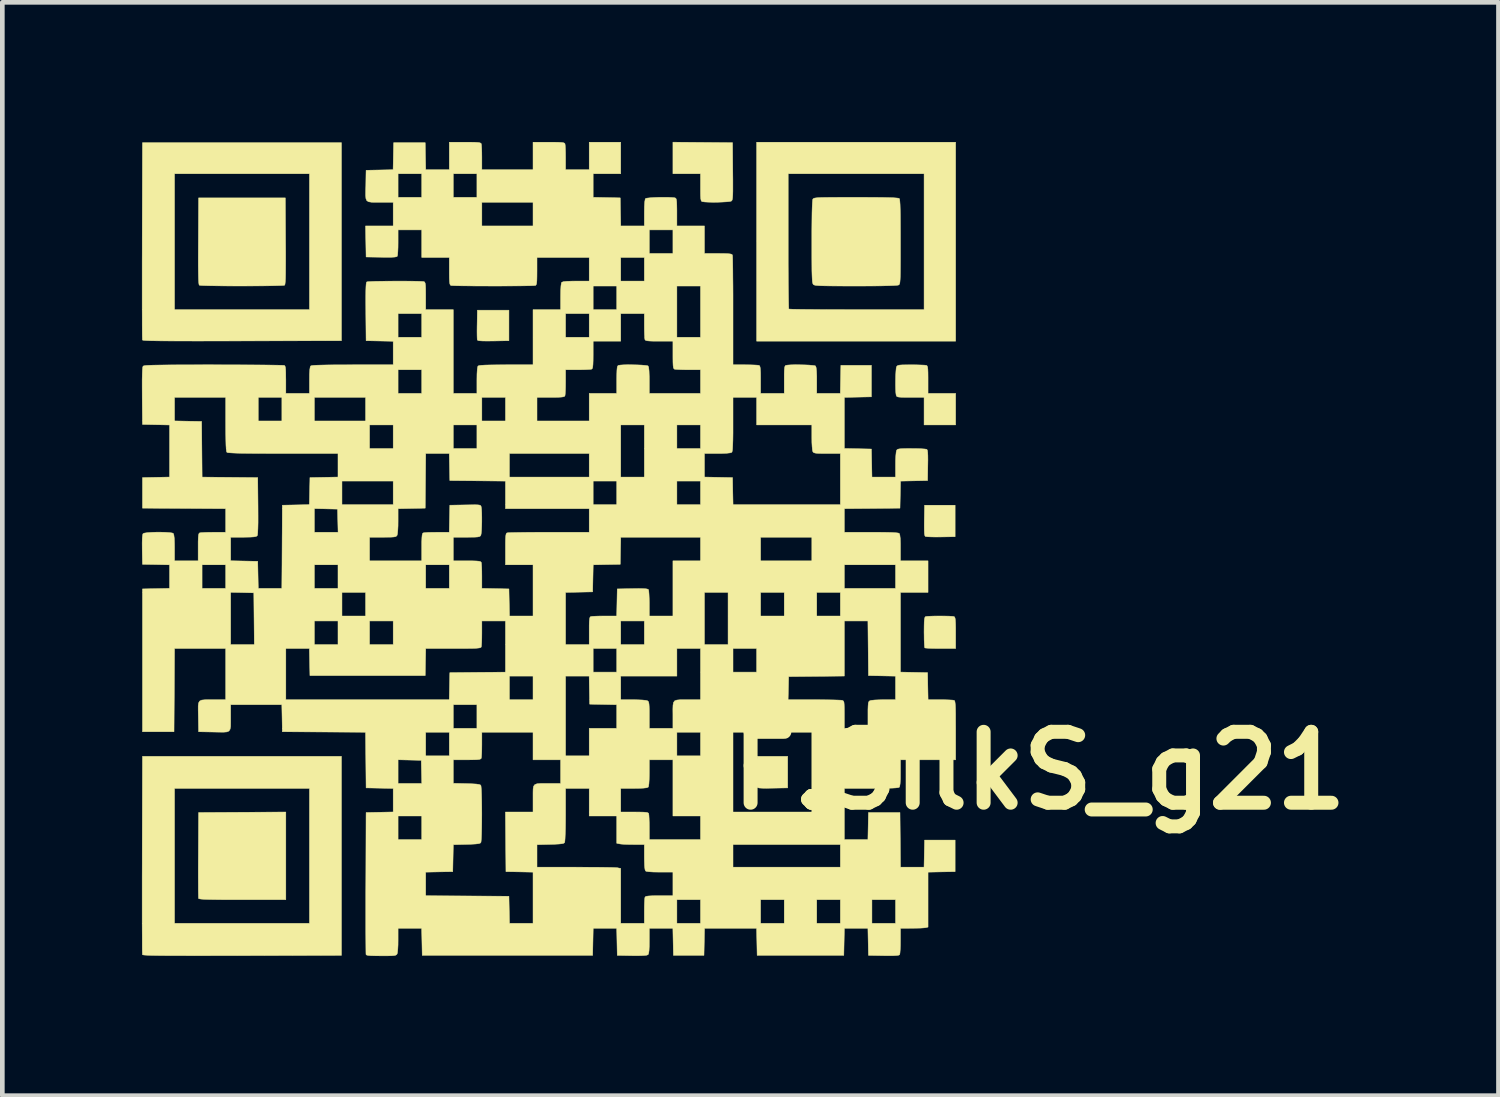
<source format=kicad_pcb>
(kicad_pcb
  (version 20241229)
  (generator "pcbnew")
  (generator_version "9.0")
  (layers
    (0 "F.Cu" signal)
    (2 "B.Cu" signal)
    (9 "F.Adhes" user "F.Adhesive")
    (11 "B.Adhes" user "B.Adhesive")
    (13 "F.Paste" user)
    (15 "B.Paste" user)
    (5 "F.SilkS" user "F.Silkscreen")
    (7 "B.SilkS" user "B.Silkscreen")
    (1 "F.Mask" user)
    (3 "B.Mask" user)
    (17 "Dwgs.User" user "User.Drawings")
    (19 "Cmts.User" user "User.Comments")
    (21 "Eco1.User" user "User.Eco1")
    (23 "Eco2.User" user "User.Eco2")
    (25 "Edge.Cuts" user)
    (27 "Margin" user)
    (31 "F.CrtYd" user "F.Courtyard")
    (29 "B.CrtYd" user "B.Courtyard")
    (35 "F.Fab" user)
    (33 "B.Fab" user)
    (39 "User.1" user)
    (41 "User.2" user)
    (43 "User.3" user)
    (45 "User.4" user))
  (footprint "F.SilkS_g21"
    (layer "F.Cu")
    (at 19.284 13.51)
    (property "Reference" "F.SilkS_g21" (at 0 0 0) (layer "F.SilkS") (effects (font (size 1.524 1.524) (thickness 0.3))))
    (attr through_hole)
    (fp_poly (pts (xy -1.81 -5.027) (xy -2.117 -5.022) (xy -2.228 -5.021) (xy -2.325 -5.023) (xy -2.4 -5.026) (xy -2.444 -5.032) (xy -2.451 -5.034) (xy -2.461 -5.052) (xy -2.469 -5.094) (xy -2.472 -5.164) (xy -2.473 -5.267) (xy -2.472 -5.378) (xy -2.466 -5.704) (xy -1.81 -5.704) (xy -1.81 -5.027)) (stroke (width 0.01) (type solid)) (fill yes) (layer "F.SilkS"))
    (fp_poly (pts (xy -11.398 -9.239) (xy -11.732 -9.233) (xy -11.864 -9.232) (xy -11.959 -9.233) (xy -12.023 -9.237) (xy -12.06 -9.243) (xy -12.076 -9.254) (xy -12.077 -9.256) (xy -12.08 -9.286) (xy -12.082 -9.35) (xy -12.083 -9.44) (xy -12.082 -9.547) (xy -12.081 -9.589) (xy -12.076 -9.895) (xy -11.398 -9.895) (xy -11.398 -9.239)) (stroke (width 0.01) (type solid)) (fill yes) (layer "F.SilkS"))
    (fp_poly (pts (xy -5.408 0.37) (xy -5.731 0.376) (xy -5.861 0.378) (xy -5.954 0.377) (xy -6.016 0.373) (xy -6.051 0.366) (xy -6.065 0.355) (xy -6.065 0.354) (xy -6.069 0.324) (xy -6.071 0.26) (xy -6.072 0.17) (xy -6.071 0.062) (xy -6.07 0.01) (xy -6.064 -0.307) (xy -5.408 -0.307) (xy -5.408 0.37)) (stroke (width 0.01) (type solid)) (fill yes) (layer "F.SilkS"))
    (fp_poly (pts (xy -16.192 2.773) (xy -17.124 2.773) (xy -17.358 2.773) (xy -17.552 2.772) (xy -17.71 2.77) (xy -17.835 2.768) (xy -17.93 2.765) (xy -17.997 2.761) (xy -18.04 2.756) (xy -18.062 2.75) (xy -18.067 2.746) (xy -18.069 2.72) (xy -18.07 2.656) (xy -18.072 2.559) (xy -18.072 2.433) (xy -18.073 2.282) (xy -18.073 2.112) (xy -18.072 1.926) (xy -18.071 1.81) (xy -18.066 0.9) (xy -16.192 0.889) (xy -16.192 2.773)) (stroke (width 0.01) (type solid)) (fill yes) (layer "F.SilkS"))
    (fp_poly (pts (xy -6.593 -13.494) (xy -6.588 -12.88) (xy -6.586 -12.701) (xy -6.586 -12.561) (xy -6.586 -12.453) (xy -6.588 -12.373) (xy -6.592 -12.317) (xy -6.597 -12.28) (xy -6.604 -12.257) (xy -6.614 -12.244) (xy -6.618 -12.24) (xy -6.651 -12.231) (xy -6.716 -12.224) (xy -6.803 -12.219) (xy -6.904 -12.215) (xy -7.008 -12.214) (xy -7.105 -12.216) (xy -7.185 -12.22) (xy -7.24 -12.227) (xy -7.244 -12.228) (xy -7.259 -12.236) (xy -7.269 -12.255) (xy -7.276 -12.291) (xy -7.28 -12.352) (xy -7.281 -12.444) (xy -7.281 -12.532) (xy -7.281 -12.827) (xy -7.874 -12.827) (xy -7.874 -13.505) (xy -6.593 -13.494)) (stroke (width 0.01) (type solid)) (fill yes) (layer "F.SilkS"))
    (fp_poly (pts (xy -1.799 -9.229) (xy -6.075 -9.229) (xy -6.075 -12.827) (xy -5.397 -12.827) (xy -5.397 -11.381) (xy -5.397 -11.137) (xy -5.397 -10.906) (xy -5.396 -10.691) (xy -5.395 -10.495) (xy -5.393 -10.322) (xy -5.391 -10.175) (xy -5.389 -10.059) (xy -5.387 -9.975) (xy -5.385 -9.929) (xy -5.383 -9.92) (xy -5.36 -9.918) (xy -5.298 -9.915) (xy -5.201 -9.913) (xy -5.072 -9.911) (xy -4.914 -9.91) (xy -4.732 -9.908) (xy -4.528 -9.907) (xy -4.306 -9.907) (xy -4.069 -9.906) (xy -3.923 -9.906) (xy -2.477 -9.906) (xy -2.477 -12.827) (xy -5.397 -12.827) (xy -6.075 -12.827) (xy -6.075 -13.504) (xy -1.799 -13.504) (xy -1.799 -9.229)) (stroke (width 0.01) (type solid)) (fill yes) (layer "F.SilkS"))
    (fp_poly (pts (xy -2.032 -3.322) (xy -1.94 -3.32) (xy -1.871 -3.316) (xy -1.834 -3.311) (xy -1.833 -3.31) (xy -1.82 -3.3) (xy -1.811 -3.276) (xy -1.805 -3.234) (xy -1.801 -3.165) (xy -1.799 -3.066) (xy -1.799 -2.961) (xy -1.799 -2.625) (xy -2.124 -2.625) (xy -2.237 -2.626) (xy -2.335 -2.628) (xy -2.41 -2.632) (xy -2.454 -2.636) (xy -2.462 -2.639) (xy -2.467 -2.664) (xy -2.471 -2.724) (xy -2.475 -2.81) (xy -2.476 -2.916) (xy -2.477 -2.975) (xy -2.476 -3.101) (xy -2.474 -3.191) (xy -2.469 -3.25) (xy -2.462 -3.286) (xy -2.452 -3.305) (xy -2.443 -3.31) (xy -2.41 -3.315) (xy -2.344 -3.319) (xy -2.254 -3.322) (xy -2.149 -3.323) (xy -2.138 -3.323) (xy -2.032 -3.322)) (stroke (width 0.01) (type solid)) (fill yes) (layer "F.SilkS"))
    (fp_poly (pts (xy -16.198 -11.378) (xy -16.196 -11.146) (xy -16.196 -10.952) (xy -16.197 -10.794) (xy -16.198 -10.67) (xy -16.2 -10.575) (xy -16.204 -10.507) (xy -16.209 -10.462) (xy -16.214 -10.438) (xy -16.219 -10.432) (xy -16.245 -10.428) (xy -16.309 -10.425) (xy -16.406 -10.422) (xy -16.532 -10.419) (xy -16.682 -10.417) (xy -16.852 -10.416) (xy -17.037 -10.415) (xy -17.134 -10.415) (xy -17.325 -10.415) (xy -17.503 -10.416) (xy -17.663 -10.418) (xy -17.802 -10.42) (xy -17.915 -10.423) (xy -17.996 -10.426) (xy -18.042 -10.43) (xy -18.05 -10.432) (xy -18.057 -10.444) (xy -18.062 -10.476) (xy -18.066 -10.528) (xy -18.069 -10.606) (xy -18.071 -10.711) (xy -18.073 -10.848) (xy -18.073 -11.018) (xy -18.072 -11.225) (xy -18.071 -11.378) (xy -18.066 -12.308) (xy -16.203 -12.308) (xy -16.198 -11.378)) (stroke (width 0.01) (type solid)) (fill yes) (layer "F.SilkS"))
    (fp_poly (pts (xy -14.997 -9.239) (xy -17.13 -9.234) (xy -17.49 -9.233) (xy -17.81 -9.233) (xy -18.092 -9.232) (xy -18.338 -9.233) (xy -18.55 -9.233) (xy -18.73 -9.234) (xy -18.881 -9.235) (xy -19.003 -9.237) (xy -19.1 -9.239) (xy -19.173 -9.242) (xy -19.225 -9.245) (xy -19.257 -9.249) (xy -19.272 -9.253) (xy -19.273 -9.255) (xy -19.274 -9.279) (xy -19.276 -9.343) (xy -19.277 -9.444) (xy -19.278 -9.578) (xy -19.278 -9.743) (xy -19.279 -9.936) (xy -19.279 -10.154) (xy -19.279 -10.393) (xy -19.279 -10.653) (xy -19.279 -10.928) (xy -19.278 -11.217) (xy -19.278 -11.388) (xy -19.274 -12.827) (xy -18.584 -12.827) (xy -18.584 -9.906) (xy -15.684 -9.906) (xy -15.684 -12.827) (xy -18.584 -12.827) (xy -19.274 -12.827) (xy -19.272 -13.494) (xy -14.997 -13.494) (xy -14.997 -9.239)) (stroke (width 0.01) (type solid)) (fill yes) (layer "F.SilkS"))
    (fp_poly (pts (xy -14.997 3.969) (xy -17.13 3.974) (xy -17.49 3.975) (xy -17.81 3.975) (xy -18.092 3.976) (xy -18.338 3.975) (xy -18.55 3.975) (xy -18.73 3.974) (xy -18.881 3.973) (xy -19.003 3.971) (xy -19.1 3.969) (xy -19.173 3.966) (xy -19.225 3.963) (xy -19.257 3.959) (xy -19.272 3.955) (xy -19.273 3.953) (xy -19.274 3.929) (xy -19.276 3.865) (xy -19.277 3.764) (xy -19.277 3.63) (xy -19.278 3.465) (xy -19.279 3.272) (xy -19.279 3.054) (xy -19.279 2.814) (xy -19.279 2.555) (xy -19.279 2.279) (xy -19.278 1.989) (xy -19.278 1.81) (xy -19.274 0.381) (xy -18.584 0.381) (xy -18.584 3.281) (xy -15.684 3.281) (xy -15.684 0.381) (xy -18.584 0.381) (xy -19.274 0.381) (xy -19.272 -0.307) (xy -14.997 -0.307) (xy -14.997 3.969)) (stroke (width 0.01) (type solid)) (fill yes) (layer "F.SilkS"))
    (fp_poly (pts (xy -2.643 -8.72) (xy -2.547 -8.717) (xy -2.473 -8.714) (xy -2.43 -8.709) (xy -2.425 -8.708) (xy -2.412 -8.697) (xy -2.402 -8.672) (xy -2.396 -8.626) (xy -2.393 -8.553) (xy -2.392 -8.446) (xy -2.392 -8.401) (xy -2.392 -8.107) (xy -1.799 -8.107) (xy -1.799 -7.429) (xy -2.477 -7.429) (xy -2.477 -8.022) (xy -2.77 -8.022) (xy -2.887 -8.022) (xy -2.968 -8.024) (xy -3.021 -8.028) (xy -3.052 -8.035) (xy -3.067 -8.046) (xy -3.075 -8.064) (xy -3.077 -8.07) (xy -3.084 -8.118) (xy -3.088 -8.195) (xy -3.09 -8.29) (xy -3.089 -8.393) (xy -3.087 -8.493) (xy -3.082 -8.582) (xy -3.076 -8.648) (xy -3.068 -8.68) (xy -3.056 -8.696) (xy -3.036 -8.707) (xy -3.001 -8.715) (xy -2.943 -8.719) (xy -2.856 -8.72) (xy -2.753 -8.721) (xy -2.643 -8.72)) (stroke (width 0.01) (type solid)) (fill yes) (layer "F.SilkS"))
    (fp_poly (pts (xy -3.704 -12.319) (xy -3.508 -12.318) (xy -3.349 -12.316) (xy -3.223 -12.313) (xy -3.129 -12.31) (xy -3.064 -12.305) (xy -3.025 -12.3) (xy -3.01 -12.294) (xy -3.003 -12.276) (xy -2.998 -12.234) (xy -2.993 -12.166) (xy -2.99 -12.069) (xy -2.987 -11.94) (xy -2.986 -11.777) (xy -2.985 -11.577) (xy -2.985 -11.363) (xy -2.985 -11.144) (xy -2.985 -10.963) (xy -2.986 -10.816) (xy -2.987 -10.701) (xy -2.989 -10.612) (xy -2.992 -10.547) (xy -2.996 -10.501) (xy -3.001 -10.471) (xy -3.008 -10.453) (xy -3.016 -10.442) (xy -3.025 -10.436) (xy -3.058 -10.43) (xy -3.132 -10.425) (xy -3.246 -10.421) (xy -3.398 -10.417) (xy -3.586 -10.415) (xy -3.81 -10.414) (xy -3.945 -10.414) (xy -4.163 -10.414) (xy -4.344 -10.415) (xy -4.489 -10.416) (xy -4.604 -10.418) (xy -4.692 -10.42) (xy -4.756 -10.424) (xy -4.801 -10.428) (xy -4.831 -10.434) (xy -4.849 -10.442) (xy -4.856 -10.447) (xy -4.865 -10.46) (xy -4.871 -10.481) (xy -4.877 -10.516) (xy -4.881 -10.567) (xy -4.884 -10.639) (xy -4.887 -10.736) (xy -4.888 -10.86) (xy -4.889 -11.017) (xy -4.889 -11.21) (xy -4.889 -11.359) (xy -4.889 -11.601) (xy -4.887 -11.809) (xy -4.885 -11.981) (xy -4.881 -12.115) (xy -4.876 -12.21) (xy -4.871 -12.265) (xy -4.868 -12.278) (xy -4.861 -12.288) (xy -4.85 -12.296) (xy -4.83 -12.303) (xy -4.799 -12.308) (xy -4.752 -12.312) (xy -4.685 -12.315) (xy -4.594 -12.317) (xy -4.476 -12.318) (xy -4.327 -12.319) (xy -4.143 -12.319) (xy -3.94 -12.319) (xy -3.704 -12.319)) (stroke (width 0.01) (type solid)) (fill yes) (layer "F.SilkS"))
    (fp_poly (pts (xy -12.214 -13.504) (xy -12.121 -13.502) (xy -12.059 -13.498) (xy -12.021 -13.491) (xy -12 -13.481) (xy -11.993 -13.471) (xy -11.988 -13.438) (xy -11.984 -13.371) (xy -11.981 -13.282) (xy -11.98 -13.178) (xy -11.98 -13.175) (xy -11.98 -12.912) (xy -10.88 -12.912) (xy -10.88 -13.504) (xy -10.543 -13.504) (xy -10.414 -13.504) (xy -10.322 -13.502) (xy -10.26 -13.498) (xy -10.221 -13.491) (xy -10.201 -13.481) (xy -10.194 -13.471) (xy -10.189 -13.438) (xy -10.185 -13.371) (xy -10.182 -13.282) (xy -10.181 -13.178) (xy -10.181 -13.175) (xy -10.181 -12.912) (xy -9.673 -12.912) (xy -9.673 -13.504) (xy -8.996 -13.504) (xy -8.996 -12.827) (xy -9.588 -12.827) (xy -9.588 -12.32) (xy -9.006 -12.308) (xy -9.001 -12.007) (xy -8.995 -11.705) (xy -8.488 -11.705) (xy -8.488 -11.987) (xy -8.486 -12.124) (xy -8.48 -12.221) (xy -8.47 -12.278) (xy -8.462 -12.294) (xy -8.434 -12.302) (xy -8.372 -12.309) (xy -8.287 -12.315) (xy -8.188 -12.319) (xy -8.084 -12.32) (xy -7.986 -12.32) (xy -7.903 -12.316) (xy -7.843 -12.311) (xy -7.823 -12.306) (xy -7.809 -12.295) (xy -7.8 -12.27) (xy -7.794 -12.224) (xy -7.791 -12.151) (xy -7.789 -12.044) (xy -7.789 -11.999) (xy -7.789 -11.705) (xy -7.197 -11.705) (xy -7.197 -11.113) (xy -6.903 -11.113) (xy -6.783 -11.112) (xy -6.699 -11.109) (xy -6.645 -11.104) (xy -6.613 -11.096) (xy -6.598 -11.084) (xy -6.596 -11.079) (xy -6.593 -11.052) (xy -6.591 -10.987) (xy -6.589 -10.887) (xy -6.587 -10.757) (xy -6.586 -10.6) (xy -6.584 -10.421) (xy -6.583 -10.224) (xy -6.583 -10.012) (xy -6.583 -9.883) (xy -6.583 -8.721) (xy -6.32 -8.721) (xy -6.216 -8.72) (xy -6.126 -8.717) (xy -6.059 -8.713) (xy -6.024 -8.708) (xy -6.024 -8.708) (xy -6.01 -8.697) (xy -6.001 -8.672) (xy -5.995 -8.626) (xy -5.991 -8.553) (xy -5.99 -8.446) (xy -5.99 -8.401) (xy -5.99 -8.107) (xy -5.482 -8.107) (xy -5.482 -8.401) (xy -5.482 -8.52) (xy -5.479 -8.604) (xy -5.474 -8.659) (xy -5.466 -8.69) (xy -5.454 -8.705) (xy -5.449 -8.708) (xy -5.408 -8.715) (xy -5.338 -8.72) (xy -5.247 -8.722) (xy -5.145 -8.721) (xy -5.043 -8.719) (xy -4.948 -8.715) (xy -4.871 -8.708) (xy -4.822 -8.701) (xy -4.809 -8.695) (xy -4.797 -8.662) (xy -4.789 -8.59) (xy -4.784 -8.478) (xy -4.784 -8.388) (xy -4.784 -8.107) (xy -4.277 -8.107) (xy -4.265 -8.71) (xy -3.609 -8.71) (xy -3.609 -8.033) (xy -4.191 -8.021) (xy -4.191 -6.923) (xy -3.609 -6.911) (xy -3.603 -6.609) (xy -3.597 -6.308) (xy -3.09 -6.308) (xy -3.09 -6.574) (xy -3.089 -6.679) (xy -3.084 -6.772) (xy -3.077 -6.842) (xy -3.069 -6.88) (xy -3.068 -6.881) (xy -3.057 -6.897) (xy -3.037 -6.908) (xy -3.002 -6.915) (xy -2.945 -6.919) (xy -2.859 -6.921) (xy -2.746 -6.921) (xy -2.635 -6.92) (xy -2.539 -6.917) (xy -2.466 -6.912) (xy -2.424 -6.906) (xy -2.418 -6.904) (xy -2.407 -6.886) (xy -2.4 -6.844) (xy -2.396 -6.775) (xy -2.395 -6.672) (xy -2.397 -6.56) (xy -2.402 -6.234) (xy -2.693 -6.228) (xy -2.983 -6.222) (xy -2.989 -5.931) (xy -2.995 -5.641) (xy -3.593 -5.635) (xy -4.191 -5.63) (xy -4.191 -5.122) (xy -3.613 -5.122) (xy -3.425 -5.122) (xy -3.276 -5.12) (xy -3.163 -5.117) (xy -3.083 -5.112) (xy -3.033 -5.106) (xy -3.01 -5.097) (xy -3.01 -5.097) (xy -2.998 -5.064) (xy -2.989 -4.992) (xy -2.985 -4.879) (xy -2.985 -4.79) (xy -2.985 -4.508) (xy -2.392 -4.508) (xy -2.392 -3.831) (xy -2.985 -3.831) (xy -2.985 -2.118) (xy -2.402 -2.106) (xy -2.397 -1.815) (xy -2.391 -1.524) (xy -2.128 -1.524) (xy -2.025 -1.523) (xy -1.935 -1.52) (xy -1.868 -1.516) (xy -1.833 -1.511) (xy -1.833 -1.511) (xy -1.823 -1.503) (xy -1.815 -1.485) (xy -1.81 -1.453) (xy -1.805 -1.401) (xy -1.802 -1.326) (xy -1.8 -1.223) (xy -1.8 -1.088) (xy -1.799 -0.916) (xy -1.799 -0.866) (xy -1.799 -0.233) (xy -2.985 -0.233) (xy -2.985 0.049) (xy -2.986 0.186) (xy -2.992 0.283) (xy -3.002 0.34) (xy -3.01 0.356) (xy -3.032 0.364) (xy -3.08 0.37) (xy -3.158 0.375) (xy -3.27 0.378) (xy -3.417 0.38) (xy -3.604 0.381) (xy -3.613 0.381) (xy -4.191 0.381) (xy -4.191 1.482) (xy -3.684 1.482) (xy -3.678 1.191) (xy -3.672 0.9) (xy -2.995 0.9) (xy -2.989 1.487) (xy -2.984 2.074) (xy -2.478 2.074) (xy -2.466 1.492) (xy -1.81 1.492) (xy -1.81 2.17) (xy -2.101 2.175) (xy -2.392 2.181) (xy -2.392 3.361) (xy -2.439 3.373) (xy -2.479 3.378) (xy -2.55 3.383) (xy -2.643 3.385) (xy -2.736 3.386) (xy -2.985 3.387) (xy -2.985 3.657) (xy -2.986 3.761) (xy -2.99 3.851) (xy -2.995 3.918) (xy -3.002 3.952) (xy -3.002 3.953) (xy -3.02 3.964) (xy -3.062 3.971) (xy -3.131 3.975) (xy -3.234 3.976) (xy -3.346 3.975) (xy -3.672 3.969) (xy -3.678 3.678) (xy -3.684 3.387) (xy -4.19 3.387) (xy -4.196 3.678) (xy -4.202 3.969) (xy -6.064 3.969) (xy -6.07 3.678) (xy -6.076 3.387) (xy -7.195 3.387) (xy -7.201 3.678) (xy -7.207 3.969) (xy -7.863 3.969) (xy -7.869 3.678) (xy -7.875 3.387) (xy -8.382 3.387) (xy -8.382 3.659) (xy -8.383 3.781) (xy -8.387 3.866) (xy -8.395 3.921) (xy -8.406 3.95) (xy -8.411 3.956) (xy -8.445 3.967) (xy -8.517 3.973) (xy -8.629 3.976) (xy -8.755 3.975) (xy -9.07 3.969) (xy -9.076 3.678) (xy -9.082 3.387) (xy -9.587 3.387) (xy -9.593 3.678) (xy -9.599 3.969) (xy -13.261 3.969) (xy -13.267 3.678) (xy -13.273 3.387) (xy -13.78 3.387) (xy -13.78 3.642) (xy -13.781 3.745) (xy -13.786 3.836) (xy -13.793 3.904) (xy -13.801 3.938) (xy -13.813 3.954) (xy -13.832 3.965) (xy -13.866 3.973) (xy -13.921 3.977) (xy -14.005 3.979) (xy -14.122 3.979) (xy -14.141 3.979) (xy -14.273 3.978) (xy -14.368 3.975) (xy -14.429 3.969) (xy -14.461 3.96) (xy -14.468 3.953) (xy -14.47 3.928) (xy -14.471 3.864) (xy -14.472 3.764) (xy -14.473 3.633) (xy -14.474 3.473) (xy -14.474 3.288) (xy -14.474 3.081) (xy -14.474 2.855) (xy -14.474 2.615) (xy -14.473 2.413) (xy -14.472 2.181) (xy -13.187 2.181) (xy -13.187 2.688) (xy -12.293 2.693) (xy -11.398 2.699) (xy -11.386 3.281) (xy -10.88 3.281) (xy -10.88 2.181) (xy -11.171 2.175) (xy -11.462 2.17) (xy -11.467 1.591) (xy -10.795 1.591) (xy -10.795 2.074) (xy -9.962 2.074) (xy -9.775 2.075) (xy -9.6 2.076) (xy -9.441 2.077) (xy -9.303 2.079) (xy -9.191 2.081) (xy -9.111 2.084) (xy -9.066 2.087) (xy -9.062 2.088) (xy -8.996 2.101) (xy -8.996 3.281) (xy -8.488 3.281) (xy -8.488 3.018) (xy -8.487 2.914) (xy -8.484 2.824) (xy -8.481 2.773) (xy -7.789 2.773) (xy -7.789 3.281) (xy -7.281 3.281) (xy -7.281 2.773) (xy -5.99 2.773) (xy -5.99 3.281) (xy -5.482 3.281) (xy -5.482 2.773) (xy -4.784 2.773) (xy -4.784 3.281) (xy -4.276 3.281) (xy -4.276 2.773) (xy -3.598 2.773) (xy -3.598 3.281) (xy -3.09 3.281) (xy -3.09 2.773) (xy -3.598 2.773) (xy -4.276 2.773) (xy -4.784 2.773) (xy -5.482 2.773) (xy -5.99 2.773) (xy -7.281 2.773) (xy -7.789 2.773) (xy -8.481 2.773) (xy -8.48 2.757) (xy -8.475 2.722) (xy -8.475 2.722) (xy -8.464 2.708) (xy -8.439 2.699) (xy -8.393 2.693) (xy -8.32 2.689) (xy -8.213 2.688) (xy -8.168 2.688) (xy -7.874 2.688) (xy -7.874 2.18) (xy -8.156 2.18) (xy -8.293 2.178) (xy -8.39 2.172) (xy -8.447 2.163) (xy -8.462 2.155) (xy -8.475 2.12) (xy -8.483 2.046) (xy -8.487 1.931) (xy -8.488 1.858) (xy -8.488 1.587) (xy -6.583 1.587) (xy -6.583 2.074) (xy -4.276 2.074) (xy -4.276 1.587) (xy -6.583 1.587) (xy -8.488 1.587) (xy -8.718 1.587) (xy -8.82 1.586) (xy -8.913 1.583) (xy -8.984 1.578) (xy -9.014 1.574) (xy -9.081 1.561) (xy -9.081 0.974) (xy -9.673 0.974) (xy -9.673 0.381) (xy -8.996 0.381) (xy -8.996 0.889) (xy -8.702 0.889) (xy -8.582 0.89) (xy -8.498 0.892) (xy -8.444 0.897) (xy -8.413 0.905) (xy -8.397 0.917) (xy -8.395 0.922) (xy -8.39 0.956) (xy -8.386 1.022) (xy -8.383 1.111) (xy -8.382 1.215) (xy -8.382 1.219) (xy -8.382 1.482) (xy -7.281 1.482) (xy -7.281 0.974) (xy -7.874 0.974) (xy -7.874 -0.233) (xy -8.382 -0.233) (xy -8.382 0.049) (xy -8.384 0.186) (xy -8.39 0.283) (xy -8.399 0.34) (xy -8.407 0.356) (xy -8.441 0.368) (xy -8.513 0.376) (xy -8.625 0.38) (xy -8.714 0.381) (xy -8.996 0.381) (xy -9.673 0.381) (xy -10.181 0.381) (xy -10.181 0.947) (xy -10.182 1.104) (xy -10.184 1.246) (xy -10.188 1.366) (xy -10.192 1.46) (xy -10.197 1.522) (xy -10.202 1.545) (xy -10.219 1.559) (xy -10.255 1.569) (xy -10.317 1.576) (xy -10.409 1.581) (xy -10.508 1.584) (xy -10.795 1.591) (xy -11.467 1.591) (xy -11.473 0.889) (xy -10.88 0.889) (xy -10.88 0.595) (xy -10.88 0.476) (xy -10.878 0.391) (xy -10.867 0.334) (xy -10.841 0.3) (xy -10.795 0.282) (xy -10.722 0.276) (xy -10.616 0.275) (xy -10.536 0.275) (xy -10.287 0.275) (xy -10.287 -0.233) (xy -10.88 -0.233) (xy -10.88 -0.826) (xy -11.98 -0.826) (xy -11.98 -0.563) (xy -11.981 -0.459) (xy -11.984 -0.369) (xy -11.988 -0.301) (xy -11.993 -0.267) (xy -11.993 -0.266) (xy -12.004 -0.253) (xy -12.029 -0.243) (xy -12.075 -0.237) (xy -12.148 -0.234) (xy -12.255 -0.233) (xy -12.3 -0.233) (xy -12.594 -0.233) (xy -12.594 0.272) (xy -12.308 0.279) (xy -12.186 0.283) (xy -12.1 0.288) (xy -12.045 0.296) (xy -12.013 0.306) (xy -12.001 0.318) (xy -11.996 0.347) (xy -11.991 0.413) (xy -11.987 0.511) (xy -11.984 0.636) (xy -11.982 0.781) (xy -11.981 0.931) (xy -11.982 1.092) (xy -11.984 1.236) (xy -11.987 1.359) (xy -11.991 1.455) (xy -11.996 1.519) (xy -12.001 1.545) (xy -12.018 1.559) (xy -12.055 1.569) (xy -12.116 1.576) (xy -12.209 1.581) (xy -12.307 1.584) (xy -12.593 1.591) (xy -12.599 1.88) (xy -12.605 2.17) (xy -12.896 2.175) (xy -13.187 2.181) (xy -14.472 2.181) (xy -14.468 0.974) (xy -13.78 0.974) (xy -13.78 1.482) (xy -13.271 1.482) (xy -13.271 0.974) (xy -13.78 0.974) (xy -14.468 0.974) (xy -14.467 0.9) (xy -14.176 0.894) (xy -13.885 0.888) (xy -13.885 0.382) (xy -14.176 0.376) (xy -14.467 0.37) (xy -14.468 0.275) (xy -13.78 0.275) (xy -13.27 0.275) (xy -13.276 0.026) (xy -13.282 -0.222) (xy -13.531 -0.228) (xy -13.78 -0.234) (xy -13.78 0.275) (xy -14.468 0.275) (xy -14.479 -0.825) (xy -14.553 -0.826) (xy -13.187 -0.826) (xy -13.187 -0.318) (xy -12.679 -0.318) (xy -12.679 -0.826) (xy -13.187 -0.826) (xy -14.553 -0.826) (xy -15.373 -0.831) (xy -16.267 -0.836) (xy -16.272 -1.127) (xy -16.278 -1.418) (xy -12.594 -1.418) (xy -12.594 -0.91) (xy -12.086 -0.91) (xy -12.086 -1.418) (xy -12.594 -1.418) (xy -16.278 -1.418) (xy -17.378 -1.418) (xy -17.378 -1.169) (xy -17.378 -1.043) (xy -17.379 -0.951) (xy -17.39 -0.89) (xy -17.414 -0.852) (xy -17.458 -0.833) (xy -17.529 -0.827) (xy -17.631 -0.828) (xy -17.735 -0.83) (xy -18.066 -0.836) (xy -18.072 -1.167) (xy -18.075 -1.298) (xy -18.075 -1.392) (xy -18.066 -1.456) (xy -18.043 -1.495) (xy -18 -1.516) (xy -17.932 -1.523) (xy -17.833 -1.524) (xy -17.732 -1.524) (xy -17.484 -1.524) (xy -17.484 -2.625) (xy -16.192 -2.625) (xy -16.192 -1.524) (xy -12.68 -1.524) (xy -12.674 -1.815) (xy -12.67 -2.032) (xy -11.388 -2.032) (xy -11.388 -1.524) (xy -10.88 -1.524) (xy -10.88 -2.032) (xy -10.181 -2.032) (xy -10.181 -0.318) (xy -9.673 -0.318) (xy -9.673 -0.826) (xy -7.789 -0.826) (xy -7.789 -0.318) (xy -7.281 -0.318) (xy -7.281 -0.826) (xy -6.583 -0.826) (xy -6.583 0.889) (xy -4.889 0.889) (xy -4.889 -0.826) (xy -6.583 -0.826) (xy -7.281 -0.826) (xy -7.789 -0.826) (xy -9.673 -0.826) (xy -9.673 -0.91) (xy -9.081 -0.91) (xy -9.081 -1.417) (xy -9.372 -1.423) (xy -9.663 -1.429) (xy -9.674 -2.032) (xy -8.996 -2.032) (xy -8.996 -1.524) (xy -8.73 -1.524) (xy -8.625 -1.522) (xy -8.532 -1.518) (xy -8.462 -1.511) (xy -8.424 -1.503) (xy -8.423 -1.502) (xy -8.406 -1.49) (xy -8.395 -1.469) (xy -8.388 -1.433) (xy -8.384 -1.374) (xy -8.382 -1.286) (xy -8.382 -1.195) (xy -8.382 -0.91) (xy -7.874 -0.91) (xy -7.874 -1.204) (xy -7.875 -1.323) (xy -7.872 -1.408) (xy -7.861 -1.465) (xy -7.836 -1.5) (xy -7.789 -1.517) (xy -7.716 -1.524) (xy -7.61 -1.524) (xy -7.53 -1.524) (xy -7.281 -1.524) (xy -5.399 -1.524) (xy -4.843 -1.524) (xy -4.691 -1.523) (xy -4.551 -1.522) (xy -4.43 -1.52) (xy -4.333 -1.517) (xy -4.267 -1.514) (xy -4.239 -1.511) (xy -4.22 -1.504) (xy -4.207 -1.491) (xy -4.198 -1.466) (xy -4.194 -1.42) (xy -4.192 -1.348) (xy -4.191 -1.242) (xy -4.191 -1.204) (xy -4.191 -0.91) (xy -3.683 -0.91) (xy -3.683 -1.195) (xy -3.683 -1.311) (xy -3.68 -1.391) (xy -3.676 -1.444) (xy -3.668 -1.476) (xy -3.655 -1.493) (xy -3.642 -1.502) (xy -3.606 -1.511) (xy -3.537 -1.518) (xy -3.445 -1.522) (xy -3.346 -1.524) (xy -3.09 -1.524) (xy -3.09 -2.031) (xy -3.381 -2.037) (xy -3.672 -2.043) (xy -3.678 -2.63) (xy -3.684 -3.217) (xy -4.191 -3.217) (xy -4.191 -2.033) (xy -4.789 -2.027) (xy -5.387 -2.021) (xy -5.393 -1.773) (xy -5.399 -1.524) (xy -7.281 -1.524) (xy -7.281 -2.625) (xy -6.583 -2.625) (xy -6.583 -2.117) (xy -6.075 -2.117) (xy -6.075 -2.625) (xy -6.583 -2.625) (xy -7.281 -2.625) (xy -7.789 -2.625) (xy -7.789 -2.032) (xy -8.996 -2.032) (xy -9.674 -2.032) (xy -10.181 -2.032) (xy -10.88 -2.032) (xy -11.388 -2.032) (xy -12.67 -2.032) (xy -12.668 -2.106) (xy -12.07 -2.112) (xy -11.472 -2.117) (xy -11.472 -2.625) (xy -9.588 -2.625) (xy -9.588 -2.117) (xy -9.081 -2.117) (xy -9.081 -2.625) (xy -9.588 -2.625) (xy -11.472 -2.625) (xy -11.472 -3.217) (xy -11.98 -3.217) (xy -11.98 -2.954) (xy -11.981 -2.851) (xy -11.984 -2.76) (xy -11.988 -2.693) (xy -11.993 -2.659) (xy -11.993 -2.658) (xy -12.001 -2.648) (xy -12.02 -2.64) (xy -12.053 -2.635) (xy -12.106 -2.63) (xy -12.184 -2.627) (xy -12.29 -2.626) (xy -12.429 -2.625) (xy -12.596 -2.625) (xy -13.186 -2.625) (xy -13.192 -2.334) (xy -13.197 -2.043) (xy -15.674 -2.043) (xy -15.68 -2.334) (xy -15.686 -2.625) (xy -16.192 -2.625) (xy -17.484 -2.625) (xy -18.584 -2.625) (xy -18.589 -1.73) (xy -18.595 -0.836) (xy -19.272 -0.836) (xy -19.272 -2.709) (xy -17.378 -2.709) (xy -16.869 -2.709) (xy -16.874 -3.217) (xy -15.579 -3.217) (xy -15.579 -2.709) (xy -15.071 -2.709) (xy -15.071 -3.217) (xy -14.393 -3.217) (xy -14.393 -2.709) (xy -13.885 -2.709) (xy -13.885 -3.217) (xy -14.393 -3.217) (xy -15.071 -3.217) (xy -15.579 -3.217) (xy -16.874 -3.217) (xy -16.88 -3.821) (xy -17.129 -3.827) (xy -17.322 -3.831) (xy -14.986 -3.831) (xy -14.986 -3.323) (xy -14.478 -3.323) (xy -14.478 -3.831) (xy -14.986 -3.831) (xy -17.322 -3.831) (xy -17.378 -3.833) (xy -17.378 -2.709) (xy -19.272 -2.709) (xy -19.272 -3.905) (xy -18.69 -3.917) (xy -18.69 -4.423) (xy -18.749 -4.424) (xy -17.992 -4.424) (xy -17.992 -3.916) (xy -17.484 -3.916) (xy -17.484 -4.424) (xy -17.992 -4.424) (xy -18.749 -4.424) (xy -18.981 -4.429) (xy -19.272 -4.434) (xy -19.278 -4.749) (xy -19.279 -4.895) (xy -19.276 -5) (xy -19.269 -5.067) (xy -19.26 -5.093) (xy -19.229 -5.105) (xy -19.166 -5.114) (xy -19.079 -5.12) (xy -18.979 -5.124) (xy -18.875 -5.124) (xy -18.776 -5.121) (xy -18.692 -5.115) (xy -18.633 -5.107) (xy -18.61 -5.097) (xy -18.598 -5.064) (xy -18.589 -4.992) (xy -18.585 -4.879) (xy -18.584 -4.79) (xy -18.584 -4.508) (xy -18.076 -4.508) (xy -18.076 -4.803) (xy -18.076 -4.922) (xy -18.073 -5.006) (xy -18.068 -5.06) (xy -18.06 -5.092) (xy -18.048 -5.107) (xy -18.043 -5.109) (xy -18.01 -5.114) (xy -17.943 -5.118) (xy -17.854 -5.121) (xy -17.75 -5.122) (xy -17.747 -5.122) (xy -17.484 -5.122) (xy -17.484 -5.63) (xy -19.272 -5.641) (xy -19.272 -6.297) (xy -18.69 -6.309) (xy -18.69 -7.428) (xy -19.272 -7.44) (xy -19.278 -8.022) (xy -18.584 -8.022) (xy -18.584 -7.515) (xy -18.293 -7.509) (xy -18.002 -7.504) (xy -17.991 -6.308) (xy -16.796 -6.297) (xy -16.79 -5.686) (xy -16.789 -5.487) (xy -16.789 -5.328) (xy -16.792 -5.207) (xy -16.796 -5.121) (xy -16.801 -5.067) (xy -16.809 -5.046) (xy -16.831 -5.033) (xy -16.877 -5.024) (xy -16.952 -5.019) (xy -17.062 -5.017) (xy -17.105 -5.016) (xy -17.378 -5.016) (xy -17.378 -4.51) (xy -17.087 -4.504) (xy -16.796 -4.498) (xy -16.79 -4.207) (xy -16.784 -3.916) (xy -16.278 -3.916) (xy -16.274 -4.424) (xy -15.579 -4.424) (xy -15.579 -3.916) (xy -15.071 -3.916) (xy -15.071 -4.424) (xy -13.187 -4.424) (xy -13.187 -3.916) (xy -12.679 -3.916) (xy -12.679 -4.424) (xy -13.187 -4.424) (xy -15.071 -4.424) (xy -15.579 -4.424) (xy -16.274 -4.424) (xy -16.272 -4.81) (xy -16.271 -5.016) (xy -14.393 -5.016) (xy -14.393 -4.508) (xy -13.271 -4.508) (xy -13.271 -4.803) (xy -13.271 -4.922) (xy -13.268 -5.006) (xy -13.263 -5.06) (xy -13.255 -5.092) (xy -13.243 -5.107) (xy -13.238 -5.109) (xy -13.205 -5.114) (xy -13.139 -5.119) (xy -13.049 -5.121) (xy -12.946 -5.122) (xy -12.942 -5.122) (xy -12.68 -5.122) (xy -12.674 -5.413) (xy -12.668 -5.704) (xy -12.337 -5.71) (xy -12.213 -5.712) (xy -12.124 -5.713) (xy -12.064 -5.711) (xy -12.028 -5.706) (xy -12.008 -5.697) (xy -11.998 -5.683) (xy -11.994 -5.668) (xy -11.987 -5.62) (xy -11.983 -5.543) (xy -11.981 -5.448) (xy -11.981 -5.345) (xy -11.984 -5.244) (xy -11.988 -5.155) (xy -11.995 -5.089) (xy -12.002 -5.057) (xy -12.014 -5.041) (xy -12.035 -5.029) (xy -12.071 -5.022) (xy -12.13 -5.018) (xy -12.219 -5.017) (xy -12.309 -5.016) (xy -12.594 -5.016) (xy -12.594 -4.508) (xy -12.3 -4.508) (xy -12.181 -4.508) (xy -12.097 -4.505) (xy -12.042 -4.5) (xy -12.011 -4.492) (xy -11.996 -4.48) (xy -11.993 -4.475) (xy -11.988 -4.442) (xy -11.984 -4.376) (xy -11.981 -4.286) (xy -11.98 -4.183) (xy -11.98 -4.179) (xy -11.98 -3.917) (xy -11.689 -3.911) (xy -11.398 -3.905) (xy -11.386 -3.323) (xy -10.88 -3.323) (xy -10.88 -3.83) (xy -10.181 -3.83) (xy -10.181 -2.709) (xy -9.673 -2.709) (xy -9.673 -3.003) (xy -9.673 -3.123) (xy -9.67 -3.207) (xy -9.669 -3.217) (xy -8.996 -3.217) (xy -8.996 -2.709) (xy -8.488 -2.709) (xy -8.488 -3.217) (xy -8.996 -3.217) (xy -9.669 -3.217) (xy -9.665 -3.261) (xy -9.657 -3.293) (xy -9.645 -3.308) (xy -9.64 -3.31) (xy -9.606 -3.315) (xy -9.54 -3.319) (xy -9.451 -3.322) (xy -9.347 -3.323) (xy -9.344 -3.323) (xy -9.082 -3.323) (xy -9.07 -3.905) (xy -8.743 -3.911) (xy -8.61 -3.913) (xy -8.514 -3.911) (xy -8.45 -3.907) (xy -8.413 -3.899) (xy -8.4 -3.89) (xy -8.393 -3.859) (xy -8.388 -3.796) (xy -8.384 -3.707) (xy -8.382 -3.604) (xy -8.382 -3.593) (xy -8.382 -3.323) (xy -7.874 -3.323) (xy -7.874 -3.831) (xy -7.197 -3.831) (xy -7.197 -2.709) (xy -6.689 -2.709) (xy -6.689 -3.831) (xy -5.99 -3.831) (xy -5.99 -3.323) (xy -5.482 -3.323) (xy -5.482 -3.831) (xy -4.784 -3.831) (xy -4.784 -3.323) (xy -4.276 -3.323) (xy -4.276 -3.831) (xy -4.784 -3.831) (xy -5.482 -3.831) (xy -5.99 -3.831) (xy -6.689 -3.831) (xy -7.197 -3.831) (xy -7.874 -3.831) (xy -7.874 -4.424) (xy -4.191 -4.424) (xy -4.191 -3.916) (xy -3.09 -3.916) (xy -3.09 -4.424) (xy -4.191 -4.424) (xy -7.874 -4.424) (xy -7.874 -4.508) (xy -7.281 -4.508) (xy -7.281 -5.016) (xy -5.99 -5.016) (xy -5.99 -4.508) (xy -4.889 -4.508) (xy -4.889 -5.016) (xy -5.99 -5.016) (xy -7.281 -5.016) (xy -8.995 -5.016) (xy -9.001 -4.725) (xy -9.006 -4.434) (xy -9.297 -4.429) (xy -9.587 -4.423) (xy -9.599 -3.842) (xy -9.89 -3.836) (xy -10.181 -3.83) (xy -10.88 -3.83) (xy -10.88 -4.424) (xy -11.472 -4.424) (xy -11.472 -4.76) (xy -11.472 -4.889) (xy -11.47 -4.982) (xy -11.466 -5.044) (xy -11.459 -5.082) (xy -11.449 -5.102) (xy -11.439 -5.109) (xy -11.411 -5.112) (xy -11.345 -5.115) (xy -11.247 -5.117) (xy -11.12 -5.119) (xy -10.969 -5.121) (xy -10.8 -5.122) (xy -10.616 -5.122) (xy -10.539 -5.122) (xy -9.673 -5.122) (xy -9.673 -5.63) (xy -11.472 -5.63) (xy -11.472 -6.222) (xy -11.542 -6.223) (xy -9.588 -6.223) (xy -9.588 -5.715) (xy -9.081 -5.715) (xy -9.081 -6.223) (xy -7.789 -6.223) (xy -7.789 -5.715) (xy -7.281 -5.715) (xy -7.281 -6.223) (xy -7.789 -6.223) (xy -9.081 -6.223) (xy -9.588 -6.223) (xy -11.542 -6.223) (xy -12.07 -6.228) (xy -12.668 -6.234) (xy -12.674 -6.525) (xy -12.68 -6.816) (xy -11.388 -6.816) (xy -11.388 -6.308) (xy -9.673 -6.308) (xy -9.673 -6.816) (xy -11.388 -6.816) (xy -12.68 -6.816) (xy -13.186 -6.816) (xy -13.197 -5.641) (xy -13.488 -5.635) (xy -13.78 -5.629) (xy -13.78 -5.364) (xy -13.781 -5.259) (xy -13.786 -5.166) (xy -13.793 -5.096) (xy -13.801 -5.058) (xy -13.801 -5.057) (xy -13.814 -5.041) (xy -13.834 -5.029) (xy -13.87 -5.022) (xy -13.929 -5.018) (xy -14.018 -5.017) (xy -14.108 -5.016) (xy -14.393 -5.016) (xy -16.271 -5.016) (xy -16.27 -5.122) (xy -15.579 -5.122) (xy -15.069 -5.122) (xy -15.075 -5.371) (xy -15.081 -5.62) (xy -15.33 -5.626) (xy -15.579 -5.632) (xy -15.579 -5.122) (xy -16.27 -5.122) (xy -16.267 -5.704) (xy -15.976 -5.71) (xy -15.686 -5.716) (xy -15.68 -6.007) (xy -15.675 -6.223) (xy -14.986 -6.223) (xy -14.986 -5.715) (xy -13.885 -5.715) (xy -13.885 -6.223) (xy -14.986 -6.223) (xy -15.675 -6.223) (xy -15.674 -6.297) (xy -15.071 -6.309) (xy -15.071 -6.816) (xy -16.252 -6.816) (xy -16.522 -6.816) (xy -16.753 -6.817) (xy -16.946 -6.818) (xy -17.104 -6.82) (xy -17.23 -6.822) (xy -17.326 -6.826) (xy -17.394 -6.83) (xy -17.437 -6.834) (xy -17.457 -6.84) (xy -17.458 -6.841) (xy -17.467 -6.863) (xy -17.473 -6.911) (xy -17.478 -6.99) (xy -17.481 -7.101) (xy -17.483 -7.248) (xy -17.484 -7.429) (xy -14.393 -7.429) (xy -14.393 -6.921) (xy -13.885 -6.921) (xy -13.885 -7.429) (xy -12.594 -7.429) (xy -12.594 -6.921) (xy -12.086 -6.921) (xy -12.086 -7.429) (xy -8.996 -7.429) (xy -8.996 -6.308) (xy -8.488 -6.308) (xy -8.488 -6.816) (xy -7.197 -6.816) (xy -7.197 -6.309) (xy -6.593 -6.297) (xy -6.588 -6.006) (xy -6.582 -5.715) (xy -4.276 -5.715) (xy -4.276 -6.816) (xy -4.561 -6.816) (xy -4.676 -6.816) (xy -4.757 -6.818) (xy -4.809 -6.823) (xy -4.841 -6.831) (xy -4.859 -6.844) (xy -4.868 -6.857) (xy -4.876 -6.893) (xy -4.883 -6.962) (xy -4.888 -7.053) (xy -4.889 -7.158) (xy -4.889 -7.164) (xy -4.889 -7.429) (xy -6.075 -7.429) (xy -6.075 -8.022) (xy -6.583 -8.022) (xy -6.583 -7.444) (xy -6.583 -7.256) (xy -6.585 -7.107) (xy -6.589 -6.994) (xy -6.593 -6.914) (xy -6.6 -6.864) (xy -6.608 -6.841) (xy -6.608 -6.841) (xy -6.642 -6.829) (xy -6.714 -6.821) (xy -6.826 -6.816) (xy -6.915 -6.816) (xy -7.197 -6.816) (xy -8.488 -6.816) (xy -8.488 -7.429) (xy -7.789 -7.429) (xy -7.789 -6.921) (xy -7.281 -6.921) (xy -7.281 -7.429) (xy -7.789 -7.429) (xy -8.488 -7.429) (xy -8.996 -7.429) (xy -12.086 -7.429) (xy -12.594 -7.429) (xy -13.885 -7.429) (xy -14.393 -7.429) (xy -17.484 -7.429) (xy -17.484 -7.435) (xy -17.484 -7.444) (xy -17.484 -8.022) (xy -16.785 -8.022) (xy -16.785 -7.514) (xy -16.277 -7.514) (xy -16.277 -8.022) (xy -15.579 -8.022) (xy -15.579 -7.514) (xy -14.478 -7.514) (xy -14.478 -8.022) (xy -11.98 -8.022) (xy -11.98 -7.514) (xy -11.472 -7.514) (xy -11.472 -8.022) (xy -10.795 -8.022) (xy -10.795 -7.514) (xy -9.673 -7.514) (xy -9.673 -8.107) (xy -9.081 -8.107) (xy -9.081 -8.401) (xy -9.08 -8.52) (xy -9.077 -8.604) (xy -9.072 -8.659) (xy -9.064 -8.69) (xy -9.052 -8.705) (xy -9.047 -8.708) (xy -9.006 -8.715) (xy -8.936 -8.72) (xy -8.845 -8.722) (xy -8.744 -8.721) (xy -8.641 -8.719) (xy -8.547 -8.715) (xy -8.47 -8.708) (xy -8.42 -8.701) (xy -8.407 -8.695) (xy -8.395 -8.662) (xy -8.387 -8.59) (xy -8.383 -8.478) (xy -8.382 -8.388) (xy -8.382 -8.107) (xy -7.281 -8.107) (xy -7.281 -8.615) (xy -7.544 -8.615) (xy -7.648 -8.616) (xy -7.738 -8.619) (xy -7.805 -8.623) (xy -7.84 -8.627) (xy -7.841 -8.628) (xy -7.854 -8.639) (xy -7.864 -8.664) (xy -7.87 -8.71) (xy -7.873 -8.783) (xy -7.874 -8.889) (xy -7.874 -8.935) (xy -7.874 -9.229) (xy -8.168 -9.229) (xy -8.288 -9.229) (xy -8.371 -9.232) (xy -8.426 -9.237) (xy -8.457 -9.245) (xy -8.472 -9.257) (xy -8.475 -9.262) (xy -8.48 -9.295) (xy -8.484 -9.362) (xy -8.487 -9.451) (xy -8.488 -9.555) (xy -8.488 -9.558) (xy -8.488 -9.821) (xy -8.996 -9.821) (xy -8.996 -9.229) (xy -9.588 -9.229) (xy -9.588 -8.935) (xy -9.589 -8.815) (xy -9.592 -8.731) (xy -9.597 -8.677) (xy -9.605 -8.645) (xy -9.617 -8.63) (xy -9.622 -8.628) (xy -9.655 -8.623) (xy -9.721 -8.619) (xy -9.811 -8.616) (xy -9.914 -8.615) (xy -9.918 -8.615) (xy -10.181 -8.615) (xy -10.181 -8.352) (xy -10.182 -8.248) (xy -10.185 -8.158) (xy -10.189 -8.091) (xy -10.194 -8.056) (xy -10.194 -8.056) (xy -10.205 -8.042) (xy -10.23 -8.033) (xy -10.276 -8.027) (xy -10.349 -8.023) (xy -10.456 -8.022) (xy -10.501 -8.022) (xy -10.795 -8.022) (xy -11.472 -8.022) (xy -11.98 -8.022) (xy -14.478 -8.022) (xy -15.579 -8.022) (xy -16.277 -8.022) (xy -16.785 -8.022) (xy -17.484 -8.022) (xy -18.584 -8.022) (xy -19.278 -8.022) (xy -19.278 -8.051) (xy -19.279 -8.25) (xy -19.279 -8.409) (xy -19.276 -8.531) (xy -19.272 -8.617) (xy -19.267 -8.67) (xy -19.259 -8.692) (xy -19.249 -8.697) (xy -19.225 -8.702) (xy -19.186 -8.707) (xy -19.128 -8.71) (xy -19.049 -8.713) (xy -18.946 -8.715) (xy -18.816 -8.717) (xy -18.657 -8.719) (xy -18.466 -8.72) (xy -18.24 -8.72) (xy -17.977 -8.721) (xy -17.747 -8.721) (xy -17.5 -8.72) (xy -17.264 -8.72) (xy -17.043 -8.719) (xy -16.842 -8.718) (xy -16.663 -8.717) (xy -16.51 -8.715) (xy -16.386 -8.713) (xy -16.295 -8.711) (xy -16.241 -8.709) (xy -16.226 -8.708) (xy -16.212 -8.697) (xy -16.203 -8.672) (xy -16.197 -8.626) (xy -16.194 -8.553) (xy -16.193 -8.446) (xy -16.192 -8.401) (xy -16.192 -8.107) (xy -15.684 -8.107) (xy -15.684 -8.388) (xy -15.683 -8.526) (xy -15.677 -8.615) (xy -13.78 -8.615) (xy -13.78 -8.107) (xy -13.271 -8.107) (xy -13.271 -8.615) (xy -13.78 -8.615) (xy -15.677 -8.615) (xy -15.677 -8.622) (xy -15.667 -8.679) (xy -15.659 -8.695) (xy -15.641 -8.702) (xy -15.599 -8.708) (xy -15.53 -8.712) (xy -15.432 -8.715) (xy -15.302 -8.718) (xy -15.138 -8.72) (xy -14.935 -8.72) (xy -14.76 -8.721) (xy -13.885 -8.721) (xy -13.885 -9.227) (xy -14.176 -9.233) (xy -14.467 -9.239) (xy -14.473 -9.821) (xy -13.78 -9.821) (xy -13.78 -9.313) (xy -13.271 -9.313) (xy -13.271 -9.821) (xy -13.78 -9.821) (xy -14.473 -9.821) (xy -14.473 -9.862) (xy -14.474 -10.05) (xy -14.474 -10.2) (xy -14.473 -10.315) (xy -14.47 -10.399) (xy -14.466 -10.455) (xy -14.46 -10.489) (xy -14.452 -10.502) (xy -14.424 -10.507) (xy -14.361 -10.51) (xy -14.269 -10.514) (xy -14.155 -10.516) (xy -14.025 -10.518) (xy -13.886 -10.519) (xy -13.744 -10.519) (xy -13.607 -10.519) (xy -13.481 -10.518) (xy -13.372 -10.516) (xy -13.288 -10.513) (xy -13.235 -10.51) (xy -13.22 -10.507) (xy -13.207 -10.496) (xy -13.197 -10.471) (xy -13.191 -10.425) (xy -13.188 -10.352) (xy -13.187 -10.245) (xy -13.187 -10.2) (xy -13.187 -9.906) (xy -12.594 -9.906) (xy -12.594 -8.107) (xy -12.086 -8.107) (xy -12.086 -8.388) (xy -12.084 -8.526) (xy -12.078 -8.622) (xy -12.069 -8.679) (xy -12.061 -8.695) (xy -12.039 -8.704) (xy -11.991 -8.71) (xy -11.912 -8.715) (xy -11.801 -8.718) (xy -11.653 -8.72) (xy -11.467 -8.721) (xy -11.458 -8.721) (xy -10.88 -8.721) (xy -10.88 -9.821) (xy -10.181 -9.821) (xy -10.181 -9.313) (xy -9.673 -9.313) (xy -9.673 -9.821) (xy -10.181 -9.821) (xy -10.88 -9.821) (xy -10.88 -9.906) (xy -10.287 -9.906) (xy -10.287 -10.188) (xy -10.285 -10.325) (xy -10.28 -10.414) (xy -9.588 -10.414) (xy -9.588 -9.906) (xy -9.081 -9.906) (xy -9.081 -10.414) (xy -7.789 -10.414) (xy -7.789 -9.313) (xy -7.281 -9.313) (xy -7.281 -10.414) (xy -7.789 -10.414) (xy -9.081 -10.414) (xy -9.588 -10.414) (xy -10.28 -10.414) (xy -10.279 -10.422) (xy -10.27 -10.479) (xy -10.262 -10.494) (xy -10.228 -10.507) (xy -10.156 -10.515) (xy -10.044 -10.519) (xy -9.955 -10.52) (xy -9.673 -10.52) (xy -9.673 -11.028) (xy -8.996 -11.028) (xy -8.996 -10.52) (xy -8.488 -10.52) (xy -8.488 -11.028) (xy -8.996 -11.028) (xy -9.673 -11.028) (xy -10.795 -11.028) (xy -10.795 -10.734) (xy -10.796 -10.614) (xy -10.798 -10.53) (xy -10.803 -10.476) (xy -10.811 -10.445) (xy -10.823 -10.429) (xy -10.828 -10.427) (xy -10.857 -10.424) (xy -10.923 -10.421) (xy -11.02 -10.419) (xy -11.143 -10.417) (xy -11.286 -10.416) (xy -11.444 -10.415) (xy -11.612 -10.414) (xy -11.784 -10.414) (xy -11.954 -10.415) (xy -12.117 -10.415) (xy -12.268 -10.417) (xy -12.401 -10.418) (xy -12.51 -10.42) (xy -12.591 -10.423) (xy -12.637 -10.425) (xy -12.645 -10.427) (xy -12.659 -10.438) (xy -12.668 -10.463) (xy -12.674 -10.509) (xy -12.678 -10.582) (xy -12.679 -10.689) (xy -12.679 -10.734) (xy -12.679 -11.028) (xy -13.271 -11.028) (xy -13.271 -11.62) (xy -8.382 -11.62) (xy -8.382 -11.113) (xy -7.874 -11.113) (xy -7.874 -11.62) (xy -8.382 -11.62) (xy -13.271 -11.62) (xy -13.78 -11.62) (xy -13.78 -11.351) (xy -13.781 -11.246) (xy -13.785 -11.156) (xy -13.79 -11.089) (xy -13.797 -11.055) (xy -13.797 -11.054) (xy -13.815 -11.043) (xy -13.857 -11.036) (xy -13.926 -11.032) (xy -14.029 -11.031) (xy -14.141 -11.033) (xy -14.467 -11.038) (xy -14.473 -11.372) (xy -14.479 -11.705) (xy -13.885 -11.705) (xy -13.885 -12.213) (xy -11.98 -12.213) (xy -11.98 -11.705) (xy -10.88 -11.705) (xy -10.88 -12.213) (xy -11.98 -12.213) (xy -13.885 -12.213) (xy -14.134 -12.213) (xy -14.261 -12.213) (xy -14.352 -12.215) (xy -14.414 -12.225) (xy -14.452 -12.249) (xy -14.471 -12.294) (xy -14.477 -12.364) (xy -14.476 -12.466) (xy -14.473 -12.57) (xy -14.469 -12.827) (xy -13.78 -12.827) (xy -13.78 -12.319) (xy -13.271 -12.319) (xy -13.271 -12.827) (xy -12.594 -12.827) (xy -12.594 -12.319) (xy -12.086 -12.319) (xy -12.086 -12.827) (xy -12.594 -12.827) (xy -13.271 -12.827) (xy -13.78 -12.827) (xy -14.469 -12.827) (xy -14.467 -12.901) (xy -13.887 -12.913) (xy -13.881 -13.203) (xy -13.875 -13.494) (xy -13.197 -13.494) (xy -13.192 -13.203) (xy -13.186 -12.912) (xy -12.679 -12.912) (xy -12.679 -13.504) (xy -12.342 -13.504) (xy -12.214 -13.504)) (stroke (width 0.01) (type solid)) (fill yes) (layer "F.SilkS")))
  (gr_rect
    (start -3 -3)
    (end 29.15 20.494)
    (stroke (width 0.1) (type default))
    (fill no)
    (layer "Edge.Cuts")))
</source>
